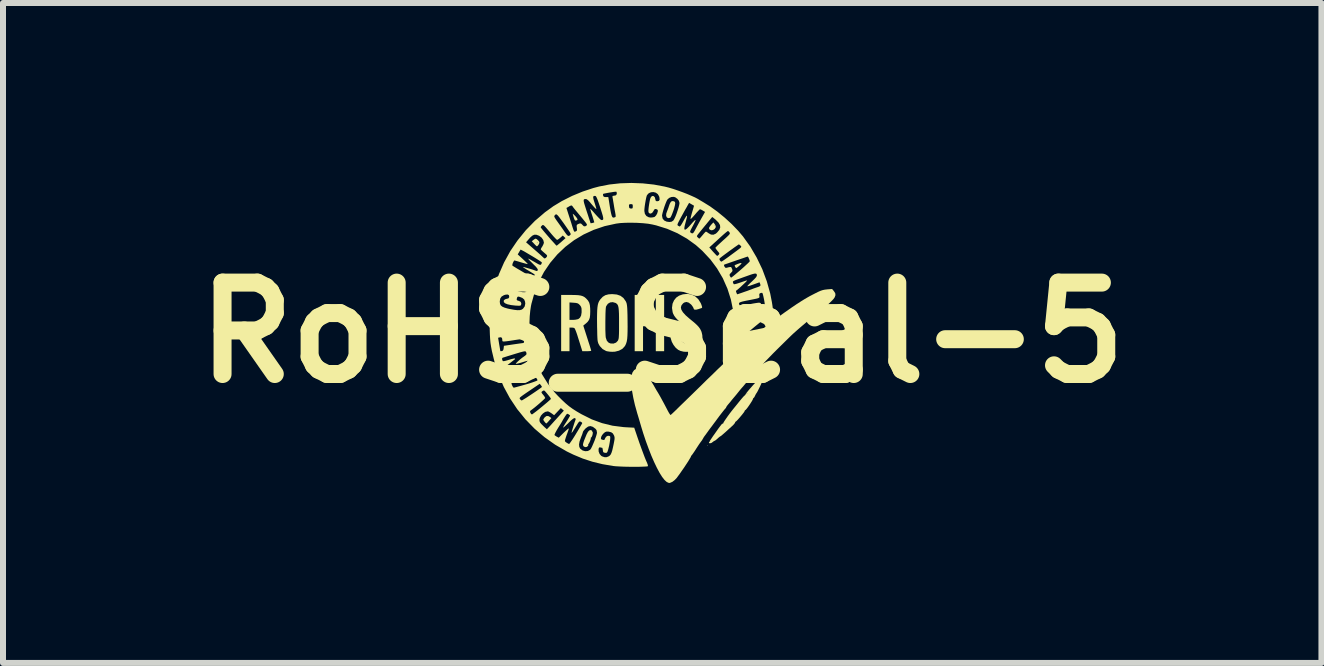
<source format=kicad_pcb>
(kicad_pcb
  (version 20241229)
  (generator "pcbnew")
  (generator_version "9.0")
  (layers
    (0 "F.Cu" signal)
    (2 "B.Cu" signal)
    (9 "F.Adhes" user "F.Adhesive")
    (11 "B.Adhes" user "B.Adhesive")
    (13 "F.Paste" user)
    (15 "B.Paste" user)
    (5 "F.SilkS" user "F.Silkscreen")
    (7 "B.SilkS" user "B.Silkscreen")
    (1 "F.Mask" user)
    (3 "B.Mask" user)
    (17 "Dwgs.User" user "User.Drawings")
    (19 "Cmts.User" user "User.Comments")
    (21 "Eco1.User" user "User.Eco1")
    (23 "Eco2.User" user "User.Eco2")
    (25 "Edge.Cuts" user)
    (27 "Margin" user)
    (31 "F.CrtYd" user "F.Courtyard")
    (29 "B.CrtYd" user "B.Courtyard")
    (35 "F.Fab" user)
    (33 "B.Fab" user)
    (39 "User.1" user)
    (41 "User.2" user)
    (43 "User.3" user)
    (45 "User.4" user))
  (footprint "RoHS_Seal-5"
    (layer "F.Cu")
    (at 7.99 2.496)
    (property "Reference" "RoHS_Seal-5" (at 0 0 0) (layer "F.SilkS") (effects (font (size 1.524 1.524) (thickness 0.3))))
    (attr board_only exclude_from_pos_files exclude_from_bom)
    (fp_poly (pts (xy -2.378 0.826) (xy -2.383 0.832) (xy -2.389 0.826) (xy -2.383 0.821)) (stroke (width 0) (type solid)) (fill yes) (layer "F.SilkS"))
    (fp_poly (pts (xy 0.757 1.882) (xy 0.752 1.887) (xy 0.746 1.882) (xy 0.752 1.877)) (stroke (width 0) (type solid)) (fill yes) (layer "F.SilkS"))
    (fp_poly (pts (xy -2.269 0.754) (xy -2.261 0.769) (xy -2.261 0.772) (xy -2.27 0.787) (xy -2.294 0.8) (xy -2.325 0.809) (xy -2.343 0.81) (xy -2.363 0.81) (xy -2.363 0.804) (xy -2.35 0.791) (xy -2.317 0.765) (xy -2.289 0.752)) (stroke (width 0) (type solid)) (fill yes) (layer "F.SilkS"))
    (fp_poly (pts (xy -1.484 -1.977) (xy -1.472 -1.967) (xy -1.448 -1.943) (xy -1.426 -1.916) (xy -1.413 -1.894) (xy -1.413 -1.882) (xy -1.419 -1.876) (xy -1.442 -1.867) (xy -1.458 -1.876) (xy -1.47 -1.904) (xy -1.472 -1.909) (xy -1.481 -1.941) (xy -1.488 -1.967) (xy -1.49 -1.971) (xy -1.492 -1.981)) (stroke (width 0) (type solid)) (fill yes) (layer "F.SilkS"))
    (fp_poly (pts (xy 1.322 -1.155) (xy 1.307 -1.136) (xy 1.29 -1.12) (xy 1.263 -1.097) (xy 1.243 -1.082) (xy 1.235 -1.077) (xy 1.224 -1.085) (xy 1.215 -1.099) (xy 1.208 -1.113) (xy 1.208 -1.122) (xy 1.219 -1.13) (xy 1.245 -1.14) (xy 1.256 -1.145) (xy 1.296 -1.159) (xy 1.318 -1.162)) (stroke (width 0) (type solid)) (fill yes) (layer "F.SilkS"))
    (fp_poly (pts (xy -1.872 1.405) (xy -1.848 1.424) (xy -1.888 1.469) (xy -1.91 1.494) (xy -1.927 1.51) (xy -1.933 1.514) (xy -1.943 1.507) (xy -1.959 1.488) (xy -1.961 1.486) (xy -1.976 1.465) (xy -1.983 1.451) (xy -1.983 1.45) (xy -1.977 1.437) (xy -1.963 1.416) (xy -1.961 1.414) (xy -1.933 1.391) (xy -1.902 1.389)) (stroke (width 0) (type solid)) (fill yes) (layer "F.SilkS"))
    (fp_poly (pts (xy 0.873 -1.812) (xy 0.892 -1.782) (xy 0.891 -1.755) (xy 0.874 -1.729) (xy 0.846 -1.711) (xy 0.816 -1.707) (xy 0.791 -1.719) (xy 0.781 -1.735) (xy 0.782 -1.752) (xy 0.798 -1.776) (xy 0.806 -1.786) (xy 0.874 -1.786) (xy 0.88 -1.781) (xy 0.885 -1.786) (xy 0.88 -1.791) (xy 0.874 -1.786) (xy 0.806 -1.786) (xy 0.815 -1.797) (xy 0.852 -1.838)) (stroke (width 0) (type solid)) (fill yes) (layer "F.SilkS"))
    (fp_poly (pts (xy -2.093 -1.56) (xy -2.071 -1.541) (xy -2.053 -1.519) (xy -2.047 -1.503) (xy -2.053 -1.483) (xy -2.066 -1.46) (xy -2.082 -1.443) (xy -2.09 -1.44) (xy -2.1 -1.447) (xy -2.119 -1.465) (xy -2.135 -1.482) (xy -2.15 -1.498) (xy -2.09 -1.498) (xy -2.085 -1.493) (xy -2.079 -1.498) (xy -2.085 -1.504) (xy -2.09 -1.498) (xy -2.15 -1.498) (xy -2.175 -1.524) (xy -2.147 -1.546) (xy -2.126 -1.561) (xy -2.112 -1.567) (xy -2.111 -1.568)) (stroke (width 0) (type solid)) (fill yes) (layer "F.SilkS"))
    (fp_poly (pts (xy -0.32 -0.438) (xy -0.32 -0.369) (xy -0.319 -0.318) (xy -0.317 -0.283) (xy -0.314 -0.26) (xy -0.31 -0.248) (xy -0.304 -0.242) (xy -0.303 -0.241) (xy -0.285 -0.238) (xy -0.252 -0.236) (xy -0.21 -0.235) (xy -0.196 -0.235) (xy -0.107 -0.235) (xy -0.107 -0.629) (xy 0.032 -0.629) (xy 0.032 0.309) (xy -0.107 0.309) (xy -0.107 -0.107) (xy -0.32 -0.107) (xy -0.32 0.309) (xy -0.459 0.309) (xy -0.459 -0.629) (xy -0.32 -0.629)) (stroke (width 0) (type solid)) (fill yes) (layer "F.SilkS"))
    (fp_poly (pts (xy 0.2 -2.189) (xy 0.213 -2.177) (xy 0.217 -2.155) (xy 0.211 -2.12) (xy 0.198 -2.07) (xy 0.187 -2.037) (xy 0.169 -1.988) (xy 0.153 -1.949) (xy 0.139 -1.923) (xy 0.132 -1.915) (xy 0.1 -1.909) (xy 0.077 -1.921) (xy 0.077 -1.922) (xy 0.065 -1.947) (xy 0.067 -1.984) (xy 0.079 -2.019) (xy 0.092 -2.052) (xy 0.106 -2.09) (xy 0.107 -2.095) (xy 0.124 -2.144) (xy 0.14 -2.175) (xy 0.157 -2.191) (xy 0.177 -2.194)) (stroke (width 0) (type solid)) (fill yes) (layer "F.SilkS"))
    (fp_poly (pts (xy -2.474 -0.887) (xy -2.424 -0.872) (xy -2.399 -0.863) (xy -2.345 -0.843) (xy -2.309 -0.828) (xy -2.286 -0.815) (xy -2.276 -0.802) (xy -2.274 -0.786) (xy -2.276 -0.77) (xy -2.288 -0.744) (xy -2.311 -0.736) (xy -2.346 -0.743) (xy -2.366 -0.751) (xy -2.395 -0.763) (xy -2.399 -0.765) (xy -2.44 -0.782) (xy -2.467 -0.793) (xy -2.487 -0.8) (xy -2.507 -0.807) (xy -2.511 -0.808) (xy -2.533 -0.818) (xy -2.542 -0.835) (xy -2.543 -0.854) (xy -2.542 -0.86) (xy -2.502 -0.86) (xy -2.501 -0.854) (xy -2.495 -0.853) (xy -2.486 -0.857) (xy -2.488 -0.86) (xy -2.501 -0.861) (xy -2.502 -0.86) (xy -2.542 -0.86) (xy -2.54 -0.877) (xy -2.529 -0.89) (xy -2.508 -0.893)) (stroke (width 0) (type solid)) (fill yes) (layer "F.SilkS"))
    (fp_poly (pts (xy -1.185 1.626) (xy -1.169 1.635) (xy -1.168 1.642) (xy -1.165 1.653) (xy -1.161 1.655) (xy -1.157 1.666) (xy -1.159 1.689) (xy -1.166 1.716) (xy -1.176 1.738) (xy -1.186 1.749) (xy -1.187 1.749) (xy -1.193 1.753) (xy -1.191 1.755) (xy -1.191 1.768) (xy -1.198 1.793) (xy -1.209 1.821) (xy -1.221 1.845) (xy -1.231 1.858) (xy -1.236 1.865) (xy -1.234 1.866) (xy -1.232 1.874) (xy -1.237 1.887) (xy -1.256 1.904) (xy -1.284 1.908) (xy -1.308 1.897) (xy -1.309 1.896) (xy -1.318 1.883) (xy -1.321 1.865) (xy -1.316 1.84) (xy -1.304 1.802) (xy -1.284 1.752) (xy -1.26 1.694) (xy -1.239 1.655) (xy -1.219 1.632) (xy -1.2 1.624)) (stroke (width 0) (type solid)) (fill yes) (layer "F.SilkS"))
    (fp_poly (pts (xy -1.456 -0.628) (xy -1.399 -0.625) (xy -1.355 -0.618) (xy -1.321 -0.607) (xy -1.293 -0.591) (xy -1.266 -0.568) (xy -1.266 -0.567) (xy -1.237 -0.535) (xy -1.217 -0.5) (xy -1.206 -0.458) (xy -1.201 -0.403) (xy -1.2 -0.357) (xy -1.202 -0.294) (xy -1.208 -0.248) (xy -1.221 -0.212) (xy -1.243 -0.181) (xy -1.275 -0.151) (xy -1.276 -0.151) (xy -1.316 -0.118) (xy -1.25 0.088) (xy -1.23 0.151) (xy -1.212 0.206) (xy -1.198 0.252) (xy -1.188 0.285) (xy -1.184 0.3) (xy -1.184 0.301) (xy -1.193 0.305) (xy -1.219 0.308) (xy -1.255 0.309) (xy -1.258 0.309) (xy -1.332 0.309) (xy -1.376 0.168) (xy -1.401 0.089) (xy -1.42 0.028) (xy -1.436 -0.017) (xy -1.448 -0.047) (xy -1.457 -0.067) (xy -1.465 -0.076) (xy -1.466 -0.077) (xy -1.484 -0.083) (xy -1.511 -0.085) (xy -1.512 -0.085) (xy -1.546 -0.085) (xy -1.546 0.309) (xy -1.685 0.309) (xy -1.685 -0.504) (xy -1.546 -0.504) (xy -1.546 -0.213) (xy -1.487 -0.213) (xy -1.448 -0.216) (xy -1.413 -0.223) (xy -1.398 -0.228) (xy -1.37 -0.251) (xy -1.352 -0.287) (xy -1.344 -0.337) (xy -1.344 -0.363) (xy -1.345 -0.402) (xy -1.352 -0.428) (xy -1.365 -0.45) (xy -1.374 -0.46) (xy -1.393 -0.479) (xy -1.413 -0.49) (xy -1.44 -0.496) (xy -1.475 -0.499) (xy -1.546 -0.504) (xy -1.685 -0.504) (xy -1.685 -0.629) (xy -1.53 -0.629)) (stroke (width 0) (type solid)) (fill yes) (layer "F.SilkS"))
    (fp_poly (pts (xy 0.488 -0.635) (xy 0.55 -0.605) (xy 0.602 -0.557) (xy 0.642 -0.493) (xy 0.655 -0.461) (xy 0.664 -0.432) (xy 0.665 -0.418) (xy 0.658 -0.411) (xy 0.653 -0.409) (xy 0.628 -0.401) (xy 0.608 -0.394) (xy 0.566 -0.383) (xy 0.539 -0.383) (xy 0.526 -0.395) (xy 0.524 -0.403) (xy 0.515 -0.424) (xy 0.496 -0.452) (xy 0.481 -0.47) (xy 0.441 -0.501) (xy 0.403 -0.512) (xy 0.366 -0.502) (xy 0.347 -0.488) (xy 0.321 -0.456) (xy 0.311 -0.421) (xy 0.319 -0.383) (xy 0.345 -0.34) (xy 0.39 -0.29) (xy 0.454 -0.234) (xy 0.471 -0.22) (xy 0.531 -0.171) (xy 0.575 -0.131) (xy 0.608 -0.096) (xy 0.631 -0.064) (xy 0.648 -0.031) (xy 0.656 -0.011) (xy 0.668 0.041) (xy 0.671 0.098) (xy 0.666 0.151) (xy 0.655 0.187) (xy 0.627 0.229) (xy 0.588 0.267) (xy 0.544 0.297) (xy 0.515 0.308) (xy 0.484 0.314) (xy 0.444 0.318) (xy 0.401 0.319) (xy 0.366 0.318) (xy 0.347 0.315) (xy 0.329 0.31) (xy 0.306 0.305) (xy 0.266 0.286) (xy 0.225 0.252) (xy 0.189 0.206) (xy 0.16 0.153) (xy 0.143 0.099) (xy 0.142 0.094) (xy 0.136 0.056) (xy 0.195 0.038) (xy 0.236 0.027) (xy 0.26 0.023) (xy 0.273 0.025) (xy 0.277 0.036) (xy 0.277 0.044) (xy 0.285 0.077) (xy 0.306 0.115) (xy 0.333 0.149) (xy 0.363 0.173) (xy 0.366 0.175) (xy 0.412 0.187) (xy 0.453 0.181) (xy 0.487 0.161) (xy 0.511 0.13) (xy 0.524 0.091) (xy 0.522 0.048) (xy 0.502 0.004) (xy 0.498 -0.001) (xy 0.481 -0.02) (xy 0.452 -0.048) (xy 0.414 -0.081) (xy 0.379 -0.109) (xy 0.314 -0.163) (xy 0.263 -0.208) (xy 0.226 -0.247) (xy 0.2 -0.282) (xy 0.182 -0.317) (xy 0.174 -0.34) (xy 0.163 -0.413) (xy 0.172 -0.483) (xy 0.197 -0.539) (xy 0.233 -0.584) (xy 0.281 -0.617) (xy 0.345 -0.639) (xy 0.419 -0.647)) (stroke (width 0) (type solid)) (fill yes) (layer "F.SilkS"))
    (fp_poly (pts (xy -0.757 -0.636) (xy -0.696 -0.615) (xy -0.647 -0.578) (xy -0.609 -0.525) (xy -0.6 -0.506) (xy -0.594 -0.49) (xy -0.59 -0.47) (xy -0.586 -0.443) (xy -0.583 -0.406) (xy -0.581 -0.356) (xy -0.579 -0.292) (xy -0.578 -0.209) (xy -0.578 -0.201) (xy -0.577 -0.1) (xy -0.578 -0.017) (xy -0.58 0.049) (xy -0.584 0.103) (xy -0.591 0.145) (xy -0.601 0.179) (xy -0.613 0.207) (xy -0.625 0.227) (xy -0.665 0.27) (xy -0.721 0.3) (xy -0.788 0.317) (xy -0.832 0.319) (xy -0.874 0.317) (xy -0.913 0.311) (xy -0.935 0.306) (xy -0.994 0.273) (xy -1.041 0.223) (xy -1.058 0.193) (xy -1.066 0.177) (xy -1.071 0.16) (xy -1.076 0.141) (xy -1.079 0.115) (xy -1.081 0.08) (xy -1.083 0.033) (xy -1.084 -0.029) (xy -1.086 -0.109) (xy -1.086 -0.115) (xy -0.948 -0.115) (xy -0.948 -0.05) (xy -0.946 0.007) (xy -0.944 0.053) (xy -0.941 0.083) (xy -0.94 0.085) (xy -0.923 0.135) (xy -0.893 0.167) (xy -0.862 0.18) (xy -0.813 0.182) (xy -0.77 0.166) (xy -0.74 0.135) (xy -0.734 0.122) (xy -0.729 0.108) (xy -0.725 0.088) (xy -0.723 0.059) (xy -0.721 0.02) (xy -0.72 -0.033) (xy -0.72 -0.103) (xy -0.72 -0.155) (xy -0.72 -0.245) (xy -0.721 -0.317) (xy -0.724 -0.373) (xy -0.728 -0.414) (xy -0.735 -0.445) (xy -0.744 -0.466) (xy -0.757 -0.481) (xy -0.773 -0.493) (xy -0.779 -0.496) (xy -0.825 -0.509) (xy -0.869 -0.504) (xy -0.906 -0.482) (xy -0.932 -0.445) (xy -0.938 -0.43) (xy -0.941 -0.407) (xy -0.944 -0.366) (xy -0.946 -0.313) (xy -0.947 -0.25) (xy -0.948 -0.183) (xy -0.948 -0.115) (xy -1.086 -0.115) (xy -1.086 -0.125) (xy -1.087 -0.225) (xy -1.086 -0.306) (xy -1.084 -0.371) (xy -1.08 -0.422) (xy -1.074 -0.463) (xy -1.065 -0.496) (xy -1.053 -0.523) (xy -1.037 -0.548) (xy -1.031 -0.556) (xy -0.992 -0.598) (xy -0.948 -0.625) (xy -0.895 -0.639) (xy -0.834 -0.643)) (stroke (width 0) (type solid)) (fill yes) (layer "F.SilkS"))
    (fp_poly (pts (xy 1.732 0.648) (xy 1.728 0.664) (xy 1.717 0.681) (xy 1.708 0.685) (xy 1.702 0.692) (xy 1.703 0.704) (xy 1.703 0.728) (xy 1.698 0.738) (xy 1.688 0.757) (xy 1.677 0.786) (xy 1.674 0.794) (xy 1.664 0.821) (xy 1.648 0.858) (xy 1.629 0.899) (xy 1.609 0.94) (xy 1.591 0.976) (xy 1.576 1.002) (xy 1.568 1.013) (xy 1.56 1.026) (xy 1.548 1.05) (xy 1.547 1.053) (xy 1.535 1.076) (xy 1.525 1.087) (xy 1.524 1.088) (xy 1.515 1.096) (xy 1.514 1.101) (xy 1.509 1.116) (xy 1.494 1.143) (xy 1.473 1.176) (xy 1.449 1.212) (xy 1.425 1.246) (xy 1.404 1.273) (xy 1.39 1.288) (xy 1.386 1.29) (xy 1.376 1.299) (xy 1.375 1.304) (xy 1.369 1.317) (xy 1.352 1.341) (xy 1.327 1.372) (xy 1.299 1.406) (xy 1.271 1.438) (xy 1.247 1.464) (xy 1.23 1.48) (xy 1.225 1.482) (xy 1.216 1.491) (xy 1.216 1.497) (xy 1.208 1.511) (xy 1.189 1.534) (xy 1.164 1.558) (xy 1.102 1.614) (xy 1.054 1.658) (xy 1.018 1.689) (xy 0.994 1.71) (xy 0.978 1.723) (xy 0.97 1.727) (xy 0.97 1.727) (xy 0.959 1.734) (xy 0.938 1.751) (xy 0.923 1.765) (xy 0.899 1.786) (xy 0.88 1.8) (xy 0.874 1.802) (xy 0.86 1.809) (xy 0.842 1.823) (xy 0.821 1.838) (xy 0.799 1.844) (xy 0.783 1.842) (xy 0.778 1.834) (xy 0.784 1.821) (xy 0.786 1.818) (xy 0.789 1.818) (xy 0.794 1.823) (xy 0.8 1.818) (xy 0.794 1.813) (xy 0.789 1.818) (xy 0.786 1.818) (xy 0.8 1.795) (xy 0.824 1.759) (xy 0.852 1.717) (xy 0.854 1.715) (xy 0.9 1.65) (xy 0.935 1.6) (xy 0.962 1.564) (xy 0.981 1.539) (xy 0.994 1.524) (xy 1.004 1.517) (xy 1.011 1.515) (xy 1.02 1.509) (xy 1.019 1.505) (xy 1.024 1.494) (xy 1.039 1.47) (xy 1.062 1.436) (xy 1.09 1.396) (xy 1.122 1.352) (xy 1.155 1.309) (xy 1.186 1.27) (xy 1.212 1.238) (xy 1.213 1.237) (xy 1.225 1.222) (xy 1.247 1.195) (xy 1.275 1.16) (xy 1.297 1.133) (xy 1.327 1.097) (xy 1.352 1.068) (xy 1.37 1.05) (xy 1.377 1.045) (xy 1.386 1.037) (xy 1.386 1.034) (xy 1.393 1.021) (xy 1.395 1.018) (xy 1.408 1.018) (xy 1.413 1.024) (xy 1.418 1.018) (xy 1.413 1.013) (xy 1.408 1.018) (xy 1.395 1.018) (xy 1.411 0.996) (xy 1.438 0.963) (xy 1.472 0.923) (xy 1.509 0.881) (xy 1.547 0.839) (xy 1.583 0.8) (xy 1.614 0.767) (xy 1.639 0.744) (xy 1.653 0.733) (xy 1.656 0.732) (xy 1.662 0.733) (xy 1.66 0.729) (xy 1.663 0.715) (xy 1.676 0.694) (xy 1.694 0.67) (xy 1.712 0.649) (xy 1.727 0.64) (xy 1.728 0.64)) (stroke (width 0) (type solid)) (fill yes) (layer "F.SilkS"))
    (fp_poly (pts (xy 2.861 -0.694) (xy 2.884 -0.659) (xy 2.888 -0.626) (xy 2.875 -0.589) (xy 2.875 -0.589) (xy 2.855 -0.561) (xy 2.82 -0.524) (xy 2.774 -0.48) (xy 2.719 -0.431) (xy 2.658 -0.38) (xy 2.593 -0.33) (xy 2.586 -0.325) (xy 2.549 -0.298) (xy 2.515 -0.27) (xy 2.476 -0.237) (xy 2.454 -0.217) (xy 2.428 -0.195) (xy 2.392 -0.164) (xy 2.352 -0.13) (xy 2.335 -0.116) (xy 2.293 -0.08) (xy 2.255 -0.047) (xy 2.219 -0.015) (xy 2.182 0.018) (xy 2.143 0.055) (xy 2.098 0.099) (xy 2.046 0.15) (xy 1.983 0.212) (xy 1.914 0.28) (xy 1.849 0.345) (xy 1.784 0.412) (xy 1.72 0.478) (xy 1.663 0.539) (xy 1.613 0.591) (xy 1.576 0.633) (xy 1.573 0.637) (xy 1.534 0.682) (xy 1.497 0.723) (xy 1.468 0.758) (xy 1.447 0.781) (xy 1.442 0.787) (xy 1.422 0.81) (xy 1.395 0.841) (xy 1.373 0.867) (xy 1.348 0.897) (xy 1.327 0.92) (xy 1.317 0.932) (xy 1.305 0.946) (xy 1.285 0.971) (xy 1.264 0.997) (xy 1.24 1.027) (xy 1.22 1.051) (xy 1.211 1.062) (xy 1.198 1.077) (xy 1.177 1.102) (xy 1.162 1.12) (xy 1.135 1.154) (xy 1.107 1.187) (xy 1.096 1.2) (xy 1.077 1.224) (xy 1.067 1.242) (xy 1.066 1.245) (xy 1.059 1.259) (xy 1.057 1.26) (xy 1.047 1.27) (xy 1.025 1.297) (xy 0.992 1.339) (xy 0.948 1.396) (xy 0.895 1.468) (xy 0.845 1.535) (xy 0.826 1.561) (xy 0.803 1.591) (xy 0.8 1.595) (xy 0.775 1.629) (xy 0.75 1.664) (xy 0.746 1.669) (xy 0.727 1.696) (xy 0.711 1.717) (xy 0.708 1.721) (xy 0.695 1.739) (xy 0.68 1.765) (xy 0.679 1.767) (xy 0.663 1.794) (xy 0.648 1.814) (xy 0.648 1.814) (xy 0.637 1.829) (xy 0.617 1.857) (xy 0.592 1.895) (xy 0.566 1.935) (xy 0.539 1.977) (xy 0.515 2.012) (xy 0.498 2.036) (xy 0.489 2.046) (xy 0.48 2.058) (xy 0.48 2.062) (xy 0.474 2.076) (xy 0.457 2.105) (xy 0.433 2.145) (xy 0.402 2.192) (xy 0.368 2.244) (xy 0.331 2.297) (xy 0.295 2.349) (xy 0.261 2.395) (xy 0.243 2.42) (xy 0.208 2.457) (xy 0.169 2.487) (xy 0.132 2.503) (xy 0.116 2.506) (xy 0.097 2.5) (xy 0.073 2.487) (xy 0.071 2.486) (xy 0.037 2.454) (xy -0.002 2.404) (xy -0.044 2.337) (xy -0.088 2.255) (xy -0.134 2.159) (xy -0.181 2.051) (xy -0.227 1.933) (xy -0.273 1.808) (xy -0.317 1.676) (xy -0.347 1.578) (xy -0.366 1.514) (xy -0.385 1.448) (xy -0.403 1.388) (xy -0.418 1.339) (xy -0.42 1.331) (xy -0.455 1.206) (xy -0.482 1.087) (xy -0.502 0.977) (xy -0.515 0.878) (xy -0.518 0.793) (xy -0.514 0.725) (xy -0.513 0.717) (xy -0.495 0.662) (xy -0.468 0.624) (xy -0.432 0.602) (xy -0.391 0.6) (xy -0.353 0.613) (xy -0.319 0.637) (xy -0.279 0.679) (xy -0.235 0.734) (xy -0.19 0.801) (xy -0.144 0.875) (xy -0.128 0.904) (xy -0.114 0.928) (xy -0.094 0.963) (xy -0.073 0.997) (xy -0.053 1.031) (xy -0.03 1.071) (xy -0.004 1.119) (xy 0.028 1.178) (xy 0.067 1.252) (xy 0.094 1.304) (xy 0.113 1.338) (xy 0.129 1.362) (xy 0.139 1.373) (xy 0.14 1.373) (xy 0.149 1.365) (xy 0.172 1.344) (xy 0.207 1.311) (xy 0.252 1.267) (xy 0.307 1.213) (xy 0.37 1.152) (xy 0.439 1.085) (xy 0.513 1.013) (xy 0.525 1.001) (xy 0.641 0.888) (xy 0.743 0.787) (xy 0.834 0.7) (xy 0.913 0.622) (xy 0.983 0.555) (xy 1.045 0.495) (xy 1.101 0.442) (xy 1.152 0.395) (xy 1.198 0.351) (xy 1.216 0.335) (xy 1.282 0.274) (xy 1.335 0.226) (xy 1.377 0.188) (xy 1.41 0.158) (xy 1.437 0.135) (xy 1.46 0.115) (xy 1.481 0.097) (xy 1.503 0.08) (xy 1.504 0.079) (xy 1.546 0.045) (xy 1.595 0.006) (xy 1.639 -0.031) (xy 1.641 -0.033) (xy 1.685 -0.069) (xy 1.736 -0.11) (xy 1.798 -0.158) (xy 1.873 -0.215) (xy 1.914 -0.245) (xy 1.948 -0.271) (xy 1.995 -0.304) (xy 2.049 -0.343) (xy 2.105 -0.382) (xy 2.159 -0.42) (xy 2.207 -0.452) (xy 2.243 -0.477) (xy 2.25 -0.481) (xy 2.315 -0.523) (xy 2.368 -0.556) (xy 2.414 -0.583) (xy 2.458 -0.608) (xy 2.506 -0.633) (xy 2.547 -0.654) (xy 2.601 -0.681) (xy 2.642 -0.699) (xy 2.676 -0.71) (xy 2.709 -0.717) (xy 2.745 -0.721) (xy 2.751 -0.722) (xy 2.832 -0.728)) (stroke (width 0) (type solid)) (fill yes) (layer "F.SilkS"))
    (fp_poly (pts (xy -0.325 -2.489) (xy -0.139 -2.469) (xy 0.038 -2.436) (xy 0.107 -2.419) (xy 0.178 -2.398) (xy 0.255 -2.372) (xy 0.336 -2.343) (xy 0.414 -2.313) (xy 0.486 -2.282) (xy 0.548 -2.254) (xy 0.595 -2.229) (xy 0.605 -2.223) (xy 0.628 -2.209) (xy 0.66 -2.19) (xy 0.679 -2.179) (xy 0.797 -2.106) (xy 0.919 -2.018) (xy 1.041 -1.918) (xy 1.158 -1.811) (xy 1.266 -1.699) (xy 1.346 -1.605) (xy 1.468 -1.435) (xy 1.575 -1.252) (xy 1.668 -1.059) (xy 1.743 -0.858) (xy 1.8 -0.655) (xy 1.828 -0.512) (xy 1.838 -0.448) (xy 1.844 -0.401) (xy 1.844 -0.368) (xy 1.839 -0.344) (xy 1.828 -0.326) (xy 1.81 -0.309) (xy 1.794 -0.298) (xy 1.747 -0.263) (xy 1.688 -0.217) (xy 1.619 -0.162) (xy 1.544 -0.101) (xy 1.467 -0.037) (xy 1.39 0.028) (xy 1.317 0.09) (xy 1.251 0.147) (xy 1.216 0.179) (xy 1.193 0.199) (xy 1.176 0.211) (xy 1.172 0.213) (xy 1.171 0.204) (xy 1.173 0.177) (xy 1.178 0.14) (xy 1.181 0.12) (xy 1.188 0.056) (xy 1.193 -0.021) (xy 1.195 -0.106) (xy 1.194 -0.192) (xy 1.192 -0.271) (xy 1.186 -0.339) (xy 1.184 -0.36) (xy 1.158 -0.487) (xy 1.279 -0.487) (xy 1.283 -0.471) (xy 1.29 -0.459) (xy 1.296 -0.453) (xy 1.309 -0.451) (xy 1.331 -0.452) (xy 1.365 -0.457) (xy 1.416 -0.466) (xy 1.447 -0.472) (xy 1.515 -0.486) (xy 1.565 -0.494) (xy 1.6 -0.499) (xy 1.623 -0.499) (xy 1.637 -0.495) (xy 1.644 -0.487) (xy 1.648 -0.474) (xy 1.649 -0.469) (xy 1.657 -0.446) (xy 1.671 -0.439) (xy 1.684 -0.439) (xy 1.702 -0.444) (xy 1.709 -0.457) (xy 1.709 -0.48) (xy 1.705 -0.509) (xy 1.698 -0.551) (xy 1.689 -0.593) (xy 1.68 -0.632) (xy 1.673 -0.655) (xy 1.665 -0.664) (xy 1.654 -0.664) (xy 1.644 -0.662) (xy 1.625 -0.654) (xy 1.618 -0.639) (xy 1.619 -0.616) (xy 1.621 -0.603) (xy 1.621 -0.593) (xy 1.618 -0.585) (xy 1.608 -0.579) (xy 1.59 -0.572) (xy 1.561 -0.565) (xy 1.517 -0.556) (xy 1.458 -0.544) (xy 1.4 -0.533) (xy 1.344 -0.521) (xy 1.307 -0.51) (xy 1.286 -0.5) (xy 1.279 -0.487) (xy 1.158 -0.487) (xy 1.145 -0.552) (xy 1.087 -0.734) (xy 1.036 -0.849) (xy 1.178 -0.849) (xy 1.179 -0.839) (xy 1.179 -0.838) (xy 1.188 -0.816) (xy 1.194 -0.808) (xy 1.206 -0.808) (xy 1.234 -0.814) (xy 1.273 -0.826) (xy 1.306 -0.837) (xy 1.349 -0.852) (xy 1.385 -0.864) (xy 1.408 -0.87) (xy 1.415 -0.87) (xy 1.41 -0.862) (xy 1.392 -0.843) (xy 1.365 -0.817) (xy 1.333 -0.787) (xy 1.3 -0.756) (xy 1.269 -0.729) (xy 1.244 -0.708) (xy 1.229 -0.698) (xy 1.23 -0.688) (xy 1.236 -0.669) (xy 1.244 -0.65) (xy 1.25 -0.64) (xy 1.251 -0.64) (xy 1.262 -0.643) (xy 1.288 -0.652) (xy 1.327 -0.665) (xy 1.372 -0.681) (xy 1.419 -0.697) (xy 1.459 -0.712) (xy 1.487 -0.722) (xy 1.499 -0.727) (xy 1.514 -0.733) (xy 1.542 -0.743) (xy 1.568 -0.752) (xy 1.607 -0.765) (xy 1.629 -0.776) (xy 1.638 -0.787) (xy 1.636 -0.803) (xy 1.633 -0.813) (xy 1.622 -0.84) (xy 1.55 -0.814) (xy 1.494 -0.794) (xy 1.456 -0.781) (xy 1.432 -0.775) (xy 1.421 -0.773) (xy 1.418 -0.776) (xy 1.426 -0.785) (xy 1.445 -0.806) (xy 1.474 -0.834) (xy 1.498 -0.856) (xy 1.539 -0.896) (xy 1.565 -0.925) (xy 1.577 -0.947) (xy 1.578 -0.956) (xy 1.575 -0.976) (xy 1.563 -0.985) (xy 1.539 -0.985) (xy 1.5 -0.975) (xy 1.47 -0.965) (xy 1.425 -0.949) (xy 1.368 -0.929) (xy 1.31 -0.908) (xy 1.282 -0.898) (xy 1.234 -0.881) (xy 1.203 -0.868) (xy 1.185 -0.859) (xy 1.178 -0.849) (xy 1.036 -0.849) (xy 1.01 -0.908) (xy 0.914 -1.071) (xy 0.872 -1.128) (xy 1.029 -1.128) (xy 1.034 -1.11) (xy 1.037 -1.103) (xy 1.051 -1.083) (xy 1.07 -1.081) (xy 1.071 -1.081) (xy 1.11 -1.091) (xy 1.134 -1.095) (xy 1.147 -1.093) (xy 1.155 -1.084) (xy 1.16 -1.072) (xy 1.171 -1.044) (xy 1.169 -1.024) (xy 1.152 -1.004) (xy 1.145 -0.996) (xy 1.126 -0.977) (xy 1.123 -0.96) (xy 1.128 -0.944) (xy 1.14 -0.924) (xy 1.149 -0.917) (xy 1.159 -0.924) (xy 1.183 -0.942) (xy 1.217 -0.97) (xy 1.259 -1.006) (xy 1.306 -1.046) (xy 1.354 -1.088) (xy 1.395 -1.126) (xy 1.429 -1.157) (xy 1.451 -1.179) (xy 1.459 -1.19) (xy 1.457 -1.205) (xy 1.448 -1.229) (xy 1.438 -1.252) (xy 1.428 -1.267) (xy 1.425 -1.269) (xy 1.415 -1.266) (xy 1.388 -1.257) (xy 1.349 -1.243) (xy 1.301 -1.227) (xy 1.248 -1.209) (xy 1.193 -1.19) (xy 1.141 -1.172) (xy 1.096 -1.156) (xy 1.06 -1.144) (xy 1.038 -1.136) (xy 1.037 -1.136) (xy 1.029 -1.128) (xy 0.872 -1.128) (xy 0.801 -1.223) (xy 0.795 -1.229) (xy 0.953 -1.229) (xy 0.958 -1.212) (xy 0.961 -1.206) (xy 0.976 -1.189) (xy 0.986 -1.184) (xy 0.998 -1.19) (xy 1.024 -1.207) (xy 1.06 -1.232) (xy 1.105 -1.264) (xy 1.141 -1.291) (xy 1.202 -1.336) (xy 1.248 -1.37) (xy 1.281 -1.395) (xy 1.302 -1.412) (xy 1.314 -1.424) (xy 1.318 -1.433) (xy 1.316 -1.439) (xy 1.31 -1.446) (xy 1.306 -1.451) (xy 1.288 -1.466) (xy 1.278 -1.472) (xy 1.267 -1.466) (xy 1.243 -1.449) (xy 1.208 -1.425) (xy 1.167 -1.395) (xy 1.122 -1.363) (xy 1.076 -1.329) (xy 1.034 -1.298) (xy 0.998 -1.271) (xy 0.972 -1.25) (xy 0.961 -1.242) (xy 0.953 -1.229) (xy 0.795 -1.229) (xy 0.669 -1.364) (xy 0.605 -1.421) (xy 0.785 -1.421) (xy 0.847 -1.35) (xy 0.876 -1.319) (xy 0.899 -1.294) (xy 0.914 -1.281) (xy 0.917 -1.28) (xy 0.929 -1.287) (xy 0.942 -1.299) (xy 0.951 -1.312) (xy 0.951 -1.324) (xy 0.94 -1.341) (xy 0.922 -1.362) (xy 0.902 -1.388) (xy 0.889 -1.408) (xy 0.886 -1.415) (xy 0.894 -1.424) (xy 0.915 -1.446) (xy 0.947 -1.476) (xy 0.986 -1.512) (xy 1.012 -1.536) (xy 1.059 -1.578) (xy 1.092 -1.609) (xy 1.113 -1.63) (xy 1.124 -1.645) (xy 1.128 -1.656) (xy 1.125 -1.666) (xy 1.122 -1.671) (xy 1.107 -1.689) (xy 1.096 -1.695) (xy 1.085 -1.689) (xy 1.061 -1.67) (xy 1.028 -1.642) (xy 0.989 -1.607) (xy 0.978 -1.597) (xy 0.934 -1.557) (xy 0.892 -1.518) (xy 0.855 -1.485) (xy 0.83 -1.461) (xy 0.828 -1.46) (xy 0.785 -1.421) (xy 0.605 -1.421) (xy 0.56 -1.461) (xy 0.413 -1.567) (xy 0.335 -1.611) (xy 0.579 -1.611) (xy 0.58 -1.603) (xy 0.586 -1.595) (xy 0.592 -1.589) (xy 0.609 -1.573) (xy 0.619 -1.568) (xy 0.628 -1.575) (xy 0.647 -1.596) (xy 0.671 -1.624) (xy 0.673 -1.626) (xy 0.697 -1.655) (xy 0.717 -1.676) (xy 0.728 -1.685) (xy 0.728 -1.685) (xy 0.742 -1.679) (xy 0.764 -1.664) (xy 0.772 -1.658) (xy 0.814 -1.635) (xy 0.854 -1.633) (xy 0.894 -1.651) (xy 0.917 -1.672) (xy 0.952 -1.714) (xy 0.967 -1.754) (xy 0.963 -1.794) (xy 0.939 -1.835) (xy 0.894 -1.88) (xy 0.882 -1.891) (xy 0.834 -1.929) (xy 0.788 -1.874) (xy 0.762 -1.843) (xy 0.741 -1.817) (xy 0.729 -1.802) (xy 0.716 -1.787) (xy 0.694 -1.76) (xy 0.667 -1.727) (xy 0.659 -1.717) (xy 0.623 -1.673) (xy 0.599 -1.643) (xy 0.585 -1.624) (xy 0.579 -1.611) (xy 0.335 -1.611) (xy 0.253 -1.658) (xy 0.081 -1.732) (xy -0.102 -1.789) (xy -0.154 -1.801) (xy 0.254 -1.801) (xy 0.256 -1.791) (xy 0.262 -1.785) (xy 0.263 -1.784) (xy 0.283 -1.773) (xy 0.293 -1.77) (xy 0.303 -1.779) (xy 0.32 -1.803) (xy 0.34 -1.837) (xy 0.35 -1.855) (xy 0.379 -1.907) (xy 0.399 -1.939) (xy 0.41 -1.951) (xy 0.414 -1.944) (xy 0.41 -1.917) (xy 0.398 -1.87) (xy 0.389 -1.837) (xy 0.374 -1.779) (xy 0.368 -1.74) (xy 0.372 -1.719) (xy 0.387 -1.718) (xy 0.411 -1.734) (xy 0.447 -1.769) (xy 0.47 -1.795) (xy 0.51 -1.841) (xy 0.538 -1.869) (xy 0.553 -1.88) (xy 0.556 -1.875) (xy 0.547 -1.852) (xy 0.527 -1.812) (xy 0.515 -1.789) (xy 0.49 -1.742) (xy 0.474 -1.711) (xy 0.466 -1.691) (xy 0.466 -1.678) (xy 0.471 -1.67) (xy 0.475 -1.667) (xy 0.494 -1.656) (xy 0.51 -1.657) (xy 0.525 -1.672) (xy 0.544 -1.704) (xy 0.549 -1.714) (xy 0.578 -1.768) (xy 0.613 -1.833) (xy 0.651 -1.902) (xy 0.688 -1.967) (xy 0.689 -1.969) (xy 0.714 -2.013) (xy 0.676 -2.036) (xy 0.651 -2.05) (xy 0.632 -2.057) (xy 0.629 -2.058) (xy 0.619 -2.05) (xy 0.599 -2.029) (xy 0.571 -1.999) (xy 0.548 -1.971) (xy 0.518 -1.937) (xy 0.494 -1.911) (xy 0.477 -1.897) (xy 0.472 -1.896) (xy 0.473 -1.91) (xy 0.48 -1.94) (xy 0.491 -1.981) (xy 0.5 -2.012) (xy 0.513 -2.055) (xy 0.523 -2.09) (xy 0.529 -2.112) (xy 0.53 -2.117) (xy 0.52 -2.122) (xy 0.499 -2.135) (xy 0.488 -2.141) (xy 0.448 -2.164) (xy 0.422 -2.119) (xy 0.408 -2.093) (xy 0.385 -2.054) (xy 0.358 -2.005) (xy 0.329 -1.952) (xy 0.32 -1.936) (xy 0.291 -1.882) (xy 0.271 -1.844) (xy 0.259 -1.818) (xy 0.254 -1.801) (xy -0.154 -1.801) (xy -0.162 -1.803) (xy -0.234 -1.816) (xy -0.321 -1.825) (xy -0.418 -1.831) (xy -0.517 -1.833) (xy -0.613 -1.832) (xy -0.701 -1.827) (xy -0.769 -1.818) (xy -0.96 -1.776) (xy -1.14 -1.715) (xy -1.31 -1.637) (xy -1.469 -1.542) (xy -1.615 -1.431) (xy -1.748 -1.305) (xy -1.867 -1.165) (xy -1.971 -1.012) (xy -2.058 -0.847) (xy -2.128 -0.67) (xy -2.18 -0.483) (xy -2.188 -0.445) (xy -2.2 -0.366) (xy -2.209 -0.273) (xy -2.213 -0.172) (xy -2.213 -0.069) (xy -2.209 0.029) (xy -2.201 0.116) (xy -2.193 0.165) (xy -2.147 0.351) (xy -2.083 0.529) (xy -2.002 0.697) (xy -1.905 0.853) (xy -1.793 0.996) (xy -1.739 1.054) (xy -1.67 1.123) (xy -1.61 1.179) (xy -1.554 1.226) (xy -1.496 1.268) (xy -1.431 1.31) (xy -1.354 1.355) (xy -1.341 1.362) (xy -1.173 1.446) (xy -1.003 1.508) (xy -0.828 1.551) (xy -0.646 1.574) (xy -0.604 1.577) (xy -0.467 1.584) (xy -0.411 1.749) (xy -0.381 1.836) (xy -0.35 1.922) (xy -0.32 2.003) (xy -0.293 2.075) (xy -0.269 2.134) (xy -0.25 2.176) (xy -0.25 2.178) (xy -0.24 2.205) (xy -0.238 2.223) (xy -0.239 2.226) (xy -0.253 2.23) (xy -0.285 2.232) (xy -0.332 2.234) (xy -0.389 2.236) (xy -0.455 2.236) (xy -0.524 2.236) (xy -0.594 2.235) (xy -0.662 2.233) (xy -0.723 2.23) (xy -0.775 2.227) (xy -0.814 2.223) (xy -0.816 2.223) (xy -0.997 2.192) (xy -1.165 2.151) (xy -1.324 2.099) (xy -1.482 2.033) (xy -1.589 1.981) (xy -1.781 1.87) (xy -1.79 1.864) (xy -1.387 1.864) (xy -1.383 1.903) (xy -1.367 1.934) (xy -1.364 1.936) (xy -1.327 1.964) (xy -1.283 1.976) (xy -1.24 1.973) (xy -1.204 1.954) (xy -1.202 1.952) (xy -1.192 1.939) (xy -1.061 1.939) (xy -1.06 1.981) (xy -1.044 2.022) (xy -1.016 2.054) (xy -1 2.063) (xy -0.961 2.076) (xy -0.929 2.076) (xy -0.894 2.063) (xy -0.875 2.05) (xy -0.859 2.031) (xy -0.846 2.003) (xy -0.833 1.963) (xy -0.82 1.906) (xy -0.811 1.864) (xy -0.801 1.813) (xy -0.795 1.777) (xy -0.794 1.752) (xy -0.797 1.733) (xy -0.803 1.714) (xy -0.804 1.713) (xy -0.823 1.68) (xy -0.851 1.66) (xy -0.893 1.65) (xy -0.901 1.649) (xy -0.93 1.649) (xy -0.954 1.659) (xy -0.977 1.678) (xy -1.001 1.706) (xy -1.017 1.736) (xy -1.019 1.745) (xy -1.022 1.768) (xy -1.013 1.78) (xy -0.997 1.785) (xy -0.975 1.789) (xy -0.966 1.789) (xy -0.946 1.75) (xy -0.927 1.728) (xy -0.905 1.719) (xy -0.903 1.719) (xy -0.877 1.722) (xy -0.867 1.733) (xy -0.866 1.753) (xy -0.869 1.789) (xy -0.876 1.834) (xy -0.885 1.884) (xy -0.897 1.933) (xy -0.903 1.955) (xy -0.913 1.985) (xy -0.923 2) (xy -0.937 2.004) (xy -0.952 2.003) (xy -0.975 1.998) (xy -0.985 1.986) (xy -0.99 1.96) (xy -0.99 1.959) (xy -0.994 1.934) (xy -0.999 1.92) (xy -1 1.919) (xy -1.016 1.917) (xy -1.031 1.913) (xy -1.048 1.912) (xy -1.057 1.926) (xy -1.061 1.939) (xy -1.192 1.939) (xy -1.187 1.932) (xy -1.169 1.896) (xy -1.149 1.85) (xy -1.128 1.8) (xy -1.11 1.75) (xy -1.096 1.706) (xy -1.088 1.674) (xy -1.088 1.664) (xy -1.095 1.625) (xy -1.112 1.603) (xy -1.156 1.57) (xy -1.197 1.557) (xy -1.235 1.565) (xy -1.274 1.593) (xy -1.281 1.6) (xy -1.304 1.626) (xy -1.319 1.647) (xy -1.322 1.656) (xy -1.326 1.671) (xy -1.336 1.701) (xy -1.351 1.738) (xy -1.355 1.749) (xy -1.378 1.813) (xy -1.387 1.864) (xy -1.79 1.864) (xy -1.961 1.743) (xy -2.004 1.707) (xy -1.797 1.707) (xy -1.796 1.707) (xy -1.783 1.718) (xy -1.76 1.733) (xy -1.757 1.734) (xy -1.725 1.751) (xy -1.641 1.667) (xy -1.607 1.635) (xy -1.58 1.611) (xy -1.563 1.598) (xy -1.557 1.597) (xy -1.56 1.612) (xy -1.57 1.642) (xy -1.584 1.682) (xy -1.593 1.705) (xy -1.607 1.747) (xy -1.618 1.782) (xy -1.622 1.804) (xy -1.622 1.81) (xy -1.607 1.825) (xy -1.583 1.841) (xy -1.561 1.853) (xy -1.552 1.855) (xy -1.543 1.847) (xy -1.525 1.822) (xy -1.5 1.786) (xy -1.47 1.739) (xy -1.437 1.686) (xy -1.437 1.685) (xy -1.404 1.631) (xy -1.376 1.583) (xy -1.353 1.544) (xy -1.338 1.518) (xy -1.333 1.506) (xy -1.342 1.495) (xy -1.359 1.485) (xy -1.37 1.48) (xy -1.381 1.482) (xy -1.392 1.492) (xy -1.408 1.514) (xy -1.43 1.55) (xy -1.445 1.574) (xy -1.47 1.614) (xy -1.49 1.646) (xy -1.505 1.666) (xy -1.511 1.67) (xy -1.51 1.659) (xy -1.503 1.632) (xy -1.492 1.594) (xy -1.478 1.549) (xy -1.463 1.501) (xy -1.447 1.456) (xy -1.443 1.444) (xy -1.447 1.43) (xy -1.457 1.424) (xy -1.47 1.426) (xy -1.49 1.438) (xy -1.519 1.462) (xy -1.56 1.501) (xy -1.564 1.506) (xy -1.599 1.539) (xy -1.627 1.565) (xy -1.646 1.58) (xy -1.653 1.583) (xy -1.653 1.583) (xy -1.647 1.569) (xy -1.633 1.543) (xy -1.618 1.519) (xy -1.594 1.482) (xy -1.571 1.445) (xy -1.552 1.412) (xy -1.539 1.39) (xy -1.536 1.382) (xy -1.543 1.374) (xy -1.561 1.361) (xy -1.575 1.353) (xy -1.587 1.354) (xy -1.599 1.366) (xy -1.617 1.392) (xy -1.622 1.4) (xy -1.642 1.431) (xy -1.656 1.455) (xy -1.662 1.466) (xy -1.669 1.479) (xy -1.685 1.506) (xy -1.708 1.543) (xy -1.735 1.586) (xy -1.735 1.586) (xy -1.761 1.63) (xy -1.781 1.667) (xy -1.793 1.694) (xy -1.797 1.707) (xy -2.004 1.707) (xy -2.128 1.601) (xy -2.271 1.454) (xy -2.047 1.454) (xy -2.045 1.476) (xy -2.037 1.496) (xy -2.018 1.52) (xy -1.987 1.551) (xy -1.986 1.552) (xy -1.958 1.579) (xy -1.935 1.599) (xy -1.924 1.61) (xy -1.923 1.61) (xy -1.916 1.603) (xy -1.896 1.582) (xy -1.866 1.55) (xy -1.829 1.509) (xy -1.787 1.462) (xy -1.78 1.455) (xy -1.64 1.3) (xy -1.69 1.257) (xy -1.802 1.376) (xy -1.846 1.344) (xy -1.876 1.325) (xy -1.901 1.313) (xy -1.911 1.312) (xy -1.951 1.321) (xy -1.989 1.347) (xy -2.021 1.382) (xy -2.042 1.423) (xy -2.047 1.454) (xy -2.271 1.454) (xy -2.28 1.445) (xy -2.384 1.316) (xy -2.204 1.316) (xy -2.198 1.336) (xy -2.186 1.355) (xy -2.172 1.363) (xy -2.17 1.363) (xy -2.159 1.355) (xy -2.133 1.336) (xy -2.097 1.309) (xy -2.053 1.274) (xy -2.008 1.237) (xy -1.96 1.197) (xy -1.918 1.162) (xy -1.885 1.133) (xy -1.863 1.113) (xy -1.856 1.104) (xy -1.859 1.095) (xy -1.869 1.079) (xy -1.888 1.054) (xy -1.918 1.017) (xy -1.947 0.983) (xy -1.964 0.966) (xy -1.978 0.964) (xy -1.992 0.972) (xy -2.009 0.984) (xy -2.013 0.996) (xy -2.004 1.013) (xy -1.983 1.038) (xy -1.964 1.063) (xy -1.953 1.084) (xy -1.951 1.089) (xy -1.959 1.099) (xy -1.98 1.12) (xy -2.011 1.148) (xy -2.048 1.181) (xy -2.088 1.215) (xy -2.128 1.248) (xy -2.164 1.276) (xy -2.192 1.297) (xy -2.2 1.303) (xy -2.204 1.316) (xy -2.384 1.316) (xy -2.417 1.276) (xy -2.537 1.096) (xy -2.377 1.096) (xy -2.374 1.104) (xy -2.371 1.108) (xy -2.355 1.125) (xy -2.344 1.13) (xy -2.331 1.125) (xy -2.305 1.109) (xy -2.266 1.085) (xy -2.219 1.054) (xy -2.169 1.021) (xy -2.117 0.986) (xy -2.072 0.955) (xy -2.037 0.93) (xy -2.013 0.912) (xy -2.005 0.905) (xy -2.011 0.892) (xy -2.023 0.875) (xy -2.042 0.852) (xy -2.215 0.969) (xy -2.274 1.009) (xy -2.317 1.039) (xy -2.347 1.061) (xy -2.366 1.076) (xy -2.375 1.087) (xy -2.377 1.096) (xy -2.537 1.096) (xy -2.538 1.095) (xy -2.641 0.905) (xy -2.666 0.847) (xy -2.513 0.847) (xy -2.506 0.871) (xy -2.494 0.896) (xy -2.481 0.914) (xy -2.473 0.917) (xy -2.46 0.914) (xy -2.429 0.906) (xy -2.385 0.894) (xy -2.331 0.879) (xy -2.27 0.862) (xy -2.21 0.844) (xy -2.158 0.827) (xy -2.117 0.812) (xy -2.089 0.801) (xy -2.079 0.794) (xy -2.079 0.794) (xy -2.085 0.777) (xy -2.094 0.763) (xy -2.105 0.751) (xy -2.121 0.749) (xy -2.147 0.757) (xy -2.148 0.757) (xy -2.178 0.764) (xy -2.196 0.758) (xy -2.208 0.737) (xy -2.214 0.715) (xy -2.215 0.694) (xy -2.203 0.676) (xy -2.188 0.664) (xy -2.167 0.645) (xy -2.161 0.63) (xy -2.167 0.612) (xy -2.18 0.593) (xy -2.191 0.586) (xy -2.202 0.593) (xy -2.226 0.61) (xy -2.26 0.635) (xy -2.302 0.666) (xy -2.347 0.701) (xy -2.392 0.736) (xy -2.435 0.77) (xy -2.472 0.799) (xy -2.499 0.822) (xy -2.511 0.833) (xy -2.513 0.847) (xy -2.666 0.847) (xy -2.727 0.705) (xy -2.793 0.497) (xy -2.798 0.477) (xy -2.809 0.434) (xy -2.67 0.434) (xy -2.667 0.455) (xy -2.657 0.473) (xy -2.654 0.475) (xy -2.641 0.475) (xy -2.612 0.469) (xy -2.573 0.458) (xy -2.554 0.452) (xy -2.513 0.44) (xy -2.479 0.432) (xy -2.459 0.43) (xy -2.456 0.43) (xy -2.453 0.44) (xy -2.453 0.441) (xy -2.488 0.468) (xy -2.525 0.497) (xy -2.561 0.525) (xy -2.592 0.549) (xy -2.613 0.566) (xy -2.622 0.572) (xy -2.623 0.584) (xy -2.618 0.605) (xy -2.61 0.627) (xy -2.601 0.639) (xy -2.599 0.64) (xy -2.585 0.637) (xy -2.555 0.629) (xy -2.513 0.617) (xy -2.463 0.603) (xy -2.459 0.601) (xy -2.381 0.578) (xy -2.322 0.56) (xy -2.279 0.545) (xy -2.249 0.534) (xy -2.23 0.526) (xy -2.219 0.518) (xy -2.216 0.511) (xy -2.216 0.504) (xy -2.22 0.484) (xy -2.227 0.473) (xy -2.241 0.469) (xy -2.266 0.474) (xy -2.305 0.485) (xy -2.327 0.492) (xy -2.371 0.505) (xy -2.408 0.515) (xy -2.434 0.52) (xy -2.441 0.52) (xy -2.439 0.513) (xy -2.424 0.496) (xy -2.4 0.473) (xy -2.369 0.446) (xy -2.336 0.419) (xy -2.303 0.396) (xy -2.285 0.383) (xy -2.264 0.363) (xy -2.263 0.339) (xy -2.271 0.321) (xy -2.276 0.314) (xy -2.284 0.311) (xy -2.298 0.311) (xy -2.322 0.316) (xy -2.358 0.325) (xy -2.408 0.34) (xy -2.468 0.358) (xy -2.529 0.377) (xy -2.582 0.393) (xy -2.625 0.407) (xy -2.654 0.416) (xy -2.665 0.421) (xy -2.67 0.434) (xy -2.809 0.434) (xy -2.821 0.383) (xy -2.84 0.304) (xy -2.853 0.235) (xy -2.863 0.169) (xy -2.869 0.103) (xy -2.87 0.085) (xy -2.736 0.085) (xy -2.718 0.194) (xy -2.71 0.24) (xy -2.704 0.277) (xy -2.7 0.3) (xy -2.698 0.307) (xy -2.689 0.309) (xy -2.671 0.306) (xy -2.659 0.301) (xy -2.649 0.286) (xy -2.643 0.259) (xy -2.643 0.256) (xy -2.639 0.219) (xy -2.479 0.195) (xy -2.423 0.187) (xy -2.374 0.18) (xy -2.337 0.175) (xy -2.315 0.172) (xy -2.311 0.171) (xy -2.306 0.162) (xy -2.303 0.139) (xy -2.303 0.139) (xy -2.304 0.125) (xy -2.307 0.115) (xy -2.316 0.11) (xy -2.333 0.108) (xy -2.362 0.11) (xy -2.405 0.115) (xy -2.465 0.124) (xy -2.49 0.128) (xy -2.555 0.138) (xy -2.601 0.144) (xy -2.632 0.147) (xy -2.652 0.147) (xy -2.662 0.143) (xy -2.665 0.135) (xy -2.666 0.123) (xy -2.666 0.118) (xy -2.671 0.089) (xy -2.688 0.076) (xy -2.712 0.079) (xy -2.736 0.085) (xy -2.87 0.085) (xy -2.873 0.031) (xy -2.876 -0.054) (xy -2.876 -0.064) (xy -2.877 -0.161) (xy -2.515 -0.161) (xy -2.51 -0.135) (xy -2.49 -0.121) (xy -2.469 -0.12) (xy -2.453 -0.128) (xy -2.447 -0.15) (xy -2.447 -0.155) (xy -2.45 -0.177) (xy -2.462 -0.186) (xy -2.479 -0.187) (xy -2.503 -0.183) (xy -2.513 -0.169) (xy -2.515 -0.161) (xy -2.877 -0.161) (xy -2.877 -0.195) (xy -2.873 -0.312) (xy -2.862 -0.422) (xy -2.848 -0.514) (xy -2.708 -0.514) (xy -2.704 -0.481) (xy -2.692 -0.455) (xy -2.668 -0.435) (xy -2.631 -0.418) (xy -2.576 -0.402) (xy -2.539 -0.394) (xy -2.468 -0.381) (xy -2.414 -0.375) (xy -2.373 -0.376) (xy -2.343 -0.384) (xy -2.321 -0.399) (xy -2.293 -0.437) (xy -2.283 -0.484) (xy -2.287 -0.517) (xy -2.301 -0.553) (xy -2.332 -0.579) (xy -2.377 -0.597) (xy -2.401 -0.602) (xy -2.414 -0.595) (xy -2.421 -0.58) (xy -2.427 -0.554) (xy -2.419 -0.539) (xy -2.393 -0.53) (xy -2.39 -0.53) (xy -2.361 -0.515) (xy -2.349 -0.489) (xy -2.353 -0.464) (xy -2.359 -0.454) (xy -2.371 -0.45) (xy -2.395 -0.449) (xy -2.434 -0.451) (xy -2.441 -0.451) (xy -2.519 -0.46) (xy -2.579 -0.473) (xy -2.62 -0.49) (xy -2.641 -0.51) (xy -2.642 -0.533) (xy -2.638 -0.541) (xy -2.62 -0.556) (xy -2.592 -0.565) (xy -2.59 -0.565) (xy -2.564 -0.572) (xy -2.553 -0.587) (xy -2.551 -0.599) (xy -2.555 -0.624) (xy -2.575 -0.636) (xy -2.609 -0.634) (xy -2.639 -0.625) (xy -2.678 -0.602) (xy -2.7 -0.57) (xy -2.708 -0.525) (xy -2.708 -0.514) (xy -2.848 -0.514) (xy -2.845 -0.533) (xy -2.82 -0.649) (xy -2.788 -0.774) (xy -2.765 -0.845) (xy -2.62 -0.845) (xy -2.608 -0.803) (xy -2.577 -0.766) (xy -2.541 -0.744) (xy -2.455 -0.709) (xy -2.385 -0.686) (xy -2.328 -0.675) (xy -2.284 -0.675) (xy -2.251 -0.688) (xy -2.237 -0.699) (xy -2.211 -0.737) (xy -2.201 -0.78) (xy -2.207 -0.822) (xy -2.228 -0.857) (xy -2.243 -0.869) (xy -2.28 -0.889) (xy -2.328 -0.91) (xy -2.382 -0.931) (xy -2.435 -0.948) (xy -2.48 -0.96) (xy -2.509 -0.964) (xy -2.544 -0.963) (xy -2.566 -0.955) (xy -2.585 -0.937) (xy -2.586 -0.936) (xy -2.613 -0.891) (xy -2.62 -0.845) (xy -2.765 -0.845) (xy -2.722 -0.976) (xy -2.654 -1.131) (xy -2.499 -1.131) (xy -2.498 -1.118) (xy -2.486 -1.11) (xy -2.46 -1.094) (xy -2.423 -1.071) (xy -2.378 -1.045) (xy -2.329 -1.016) (xy -2.281 -0.988) (xy -2.235 -0.962) (xy -2.197 -0.94) (xy -2.168 -0.925) (xy -2.155 -0.918) (xy -2.154 -0.917) (xy -2.145 -0.925) (xy -2.135 -0.939) (xy -2.126 -0.959) (xy -2.127 -0.969) (xy -2.138 -0.978) (xy -2.163 -0.994) (xy -2.199 -1.016) (xy -2.229 -1.034) (xy -2.268 -1.057) (xy -2.299 -1.077) (xy -2.317 -1.09) (xy -2.321 -1.095) (xy -2.31 -1.094) (xy -2.283 -1.087) (xy -2.247 -1.077) (xy -2.205 -1.065) (xy -2.163 -1.052) (xy -2.126 -1.039) (xy -2.099 -1.029) (xy -2.082 -1.03) (xy -2.075 -1.043) (xy -2.075 -1.056) (xy -2.086 -1.074) (xy -2.108 -1.101) (xy -2.145 -1.138) (xy -2.154 -1.147) (xy -2.187 -1.18) (xy -2.214 -1.208) (xy -2.231 -1.227) (xy -2.235 -1.234) (xy -2.224 -1.231) (xy -2.2 -1.219) (xy -2.165 -1.199) (xy -2.131 -1.18) (xy -2.087 -1.154) (xy -2.057 -1.138) (xy -2.038 -1.131) (xy -2.027 -1.131) (xy -2.019 -1.137) (xy -2.018 -1.139) (xy -2.008 -1.16) (xy -2.007 -1.171) (xy -2.016 -1.179) (xy -2.04 -1.196) (xy -2.076 -1.219) (xy -2.119 -1.246) (xy -2.167 -1.275) (xy -2.216 -1.304) (xy -2.263 -1.332) (xy -2.304 -1.356) (xy -2.337 -1.373) (xy -2.357 -1.383) (xy -2.362 -1.384) (xy -2.368 -1.374) (xy -2.381 -1.352) (xy -2.386 -1.343) (xy -2.409 -1.305) (xy -2.324 -1.227) (xy -2.29 -1.195) (xy -2.263 -1.169) (xy -2.246 -1.151) (xy -2.243 -1.144) (xy -2.254 -1.145) (xy -2.282 -1.152) (xy -2.321 -1.163) (xy -2.356 -1.173) (xy -2.401 -1.187) (xy -2.437 -1.197) (xy -2.461 -1.203) (xy -2.468 -1.203) (xy -2.481 -1.182) (xy -2.493 -1.156) (xy -2.499 -1.131) (xy -2.654 -1.131) (xy -2.636 -1.172) (xy -2.532 -1.361) (xy -2.433 -1.507) (xy -2.27 -1.507) (xy -2.124 -1.38) (xy -2.077 -1.339) (xy -2.036 -1.303) (xy -2.004 -1.273) (xy -1.982 -1.253) (xy -1.974 -1.245) (xy -1.962 -1.237) (xy -1.944 -1.244) (xy -1.927 -1.261) (xy -1.92 -1.275) (xy -1.92 -1.287) (xy -1.931 -1.301) (xy -1.956 -1.323) (xy -1.968 -1.333) (xy -1.996 -1.358) (xy -2.017 -1.378) (xy -2.025 -1.389) (xy -2.025 -1.389) (xy -2.02 -1.403) (xy -2.007 -1.426) (xy -1.999 -1.437) (xy -1.983 -1.468) (xy -1.973 -1.496) (xy -1.973 -1.503) (xy -1.983 -1.544) (xy -2.01 -1.583) (xy -2.05 -1.614) (xy -2.061 -1.619) (xy -2.099 -1.633) (xy -2.133 -1.633) (xy -2.166 -1.617) (xy -2.203 -1.584) (xy -2.221 -1.563) (xy -2.27 -1.507) (xy -2.433 -1.507) (xy -2.41 -1.54) (xy -2.273 -1.709) (xy -2.226 -1.757) (xy -2.026 -1.757) (xy -2.019 -1.746) (xy -2.001 -1.723) (xy -1.974 -1.69) (xy -1.941 -1.651) (xy -1.904 -1.608) (xy -1.867 -1.565) (xy -1.831 -1.525) (xy -1.8 -1.491) (xy -1.777 -1.465) (xy -1.763 -1.452) (xy -1.76 -1.45) (xy -1.75 -1.457) (xy -1.728 -1.475) (xy -1.698 -1.5) (xy -1.683 -1.513) (xy -1.612 -1.576) (xy -1.658 -1.619) (xy -1.699 -1.583) (xy -1.725 -1.562) (xy -1.746 -1.549) (xy -1.753 -1.547) (xy -1.764 -1.555) (xy -1.785 -1.576) (xy -1.814 -1.607) (xy -1.847 -1.645) (xy -1.893 -1.7) (xy -1.928 -1.741) (xy -1.953 -1.769) (xy -1.97 -1.786) (xy -1.983 -1.794) (xy -1.991 -1.795) (xy -1.999 -1.791) (xy -2.006 -1.785) (xy -2.021 -1.768) (xy -2.026 -1.757) (xy -2.226 -1.757) (xy -2.121 -1.865) (xy -2.034 -1.939) (xy -1.8 -1.939) (xy -1.796 -1.926) (xy -1.784 -1.905) (xy -1.764 -1.875) (xy -1.732 -1.83) (xy -1.727 -1.823) (xy -1.694 -1.777) (xy -1.66 -1.729) (xy -1.631 -1.687) (xy -1.62 -1.671) (xy -1.594 -1.636) (xy -1.575 -1.617) (xy -1.559 -1.612) (xy -1.542 -1.62) (xy -1.535 -1.627) (xy -1.528 -1.635) (xy -1.526 -1.644) (xy -1.531 -1.659) (xy -1.544 -1.682) (xy -1.567 -1.715) (xy -1.6 -1.763) (xy -1.648 -1.832) (xy -1.687 -1.885) (xy -1.716 -1.924) (xy -1.738 -1.951) (xy -1.754 -1.966) (xy -1.766 -1.973) (xy -1.776 -1.971) (xy -1.785 -1.964) (xy -1.791 -1.957) (xy -1.798 -1.948) (xy -1.8 -1.939) (xy -2.034 -1.939) (xy -1.955 -2.007) (xy -1.855 -2.079) (xy -1.597 -2.079) (xy -1.557 -1.954) (xy -1.538 -1.896) (xy -1.519 -1.837) (xy -1.503 -1.784) (xy -1.493 -1.752) (xy -1.48 -1.714) (xy -1.471 -1.692) (xy -1.463 -1.683) (xy -1.452 -1.684) (xy -1.443 -1.688) (xy -1.427 -1.697) (xy -1.421 -1.71) (xy -1.422 -1.735) (xy -1.424 -1.749) (xy -1.427 -1.779) (xy -1.423 -1.796) (xy -1.411 -1.806) (xy -1.402 -1.811) (xy -1.373 -1.821) (xy -1.354 -1.819) (xy -1.335 -1.802) (xy -1.331 -1.797) (xy -1.308 -1.775) (xy -1.286 -1.772) (xy -1.264 -1.785) (xy -1.256 -1.792) (xy -1.255 -1.801) (xy -1.261 -1.815) (xy -1.276 -1.836) (xy -1.302 -1.869) (xy -1.328 -1.901) (xy -1.38 -1.963) (xy -1.419 -2.01) (xy -1.449 -2.046) (xy -1.469 -2.071) (xy -1.483 -2.089) (xy -1.491 -2.101) (xy -1.496 -2.108) (xy -1.507 -2.119) (xy -1.521 -2.12) (xy -1.546 -2.109) (xy -1.56 -2.1) (xy -1.597 -2.079) (xy -1.855 -2.079) (xy -1.817 -2.107) (xy -1.673 -2.194) (xy -1.309 -2.194) (xy -1.303 -2.163) (xy -1.29 -2.12) (xy -1.271 -2.06) (xy -1.258 -2.02) (xy -1.238 -1.96) (xy -1.221 -1.907) (xy -1.207 -1.865) (xy -1.198 -1.837) (xy -1.195 -1.825) (xy -1.195 -1.825) (xy -1.186 -1.825) (xy -1.166 -1.828) (xy -1.145 -1.834) (xy -1.133 -1.838) (xy -1.133 -1.839) (xy -1.135 -1.849) (xy -1.143 -1.876) (xy -1.155 -1.914) (xy -1.167 -1.952) (xy -1.182 -1.997) (xy -1.193 -2.034) (xy -1.199 -2.058) (xy -1.2 -2.066) (xy -1.192 -2.06) (xy -1.173 -2.041) (xy -1.146 -2.011) (xy -1.114 -1.974) (xy -1.113 -1.973) (xy -1.079 -1.936) (xy -1.049 -1.905) (xy -1.026 -1.884) (xy -1.014 -1.877) (xy -0.998 -1.878) (xy -0.988 -1.884) (xy -0.983 -1.895) (xy -0.984 -1.916) (xy -0.991 -1.949) (xy -1.005 -1.996) (xy -1.025 -2.059) (xy -1.033 -2.085) (xy -1.056 -2.154) (xy -1.074 -2.206) (xy -1.088 -2.241) (xy -1.099 -2.264) (xy -1.108 -2.276) (xy -1.115 -2.279) (xy -1.137 -2.28) (xy -1.148 -2.272) (xy -1.151 -2.254) (xy -1.145 -2.221) (xy -1.13 -2.172) (xy -1.129 -2.17) (xy -1.116 -2.128) (xy -1.105 -2.092) (xy -1.099 -2.069) (xy -1.098 -2.064) (xy -1.104 -2.063) (xy -1.122 -2.079) (xy -1.152 -2.112) (xy -1.194 -2.161) (xy -1.203 -2.173) (xy -1.236 -2.208) (xy -1.263 -2.226) (xy -1.273 -2.228) (xy -1.291 -2.227) (xy -1.303 -2.223) (xy -1.309 -2.213) (xy -1.309 -2.194) (xy -1.673 -2.194) (xy -1.667 -2.197) (xy -1.502 -2.28) (xy -1.454 -2.3) (xy -0.987 -2.3) (xy -0.985 -2.284) (xy -0.976 -2.268) (xy -0.957 -2.261) (xy -0.939 -2.261) (xy -0.899 -2.261) (xy -0.886 -2.183) (xy -0.873 -2.1) (xy -0.862 -2.035) (xy -0.852 -1.987) (xy -0.843 -1.953) (xy -0.834 -1.932) (xy -0.825 -1.921) (xy -0.813 -1.918) (xy -0.799 -1.921) (xy -0.786 -1.925) (xy -0.778 -1.931) (xy -0.776 -1.943) (xy -0.778 -1.967) (xy -0.785 -2.007) (xy -0.785 -2.008) (xy -0.789 -2.028) (xy -0.298 -2.028) (xy -0.289 -1.981) (xy -0.264 -1.945) (xy -0.225 -1.924) (xy -0.192 -1.919) (xy -0.159 -1.922) (xy -0.132 -1.928) (xy -0.127 -1.93) (xy -0.108 -1.949) (xy -0.003 -1.949) (xy 0.006 -1.904) (xy 0.032 -1.871) (xy 0.074 -1.851) (xy 0.12 -1.845) (xy 0.156 -1.85) (xy 0.184 -1.869) (xy 0.187 -1.872) (xy 0.201 -1.895) (xy 0.219 -1.933) (xy 0.238 -1.981) (xy 0.256 -2.034) (xy 0.272 -2.084) (xy 0.283 -2.129) (xy 0.288 -2.161) (xy 0.288 -2.163) (xy 0.278 -2.199) (xy 0.253 -2.231) (xy 0.219 -2.256) (xy 0.195 -2.264) (xy 0.154 -2.262) (xy 0.115 -2.246) (xy 0.085 -2.218) (xy 0.084 -2.217) (xy 0.07 -2.188) (xy 0.053 -2.146) (xy 0.035 -2.096) (xy 0.019 -2.045) (xy 0.006 -1.998) (xy -0.002 -1.962) (xy -0.003 -1.949) (xy -0.108 -1.949) (xy -0.104 -1.952) (xy -0.084 -1.987) (xy -0.073 -2.025) (xy -0.075 -2.046) (xy -0.091 -2.057) (xy -0.098 -2.059) (xy -0.118 -2.062) (xy -0.131 -2.054) (xy -0.145 -2.03) (xy -0.146 -2.028) (xy -0.167 -1.998) (xy -0.191 -1.985) (xy -0.215 -1.99) (xy -0.223 -1.998) (xy -0.229 -2.011) (xy -0.231 -2.034) (xy -0.228 -2.07) (xy -0.224 -2.103) (xy -0.217 -2.15) (xy -0.209 -2.194) (xy -0.202 -2.226) (xy -0.201 -2.231) (xy -0.186 -2.264) (xy -0.165 -2.279) (xy -0.143 -2.277) (xy -0.124 -2.258) (xy -0.115 -2.225) (xy -0.11 -2.202) (xy -0.097 -2.192) (xy -0.08 -2.191) (xy -0.054 -2.198) (xy -0.043 -2.22) (xy -0.047 -2.256) (xy -0.053 -2.275) (xy -0.074 -2.31) (xy -0.107 -2.334) (xy -0.147 -2.344) (xy -0.187 -2.341) (xy -0.224 -2.325) (xy -0.251 -2.296) (xy -0.258 -2.283) (xy -0.266 -2.254) (xy -0.275 -2.21) (xy -0.284 -2.159) (xy -0.292 -2.106) (xy -0.297 -2.059) (xy -0.298 -2.028) (xy -0.789 -2.028) (xy -0.795 -2.058) (xy -0.804 -2.111) (xy -0.804 -2.113) (xy -0.554 -2.113) (xy -0.551 -2.085) (xy -0.539 -2.072) (xy -0.515 -2.069) (xy -0.498 -2.072) (xy -0.492 -2.085) (xy -0.491 -2.106) (xy -0.492 -2.131) (xy -0.501 -2.141) (xy -0.523 -2.143) (xy -0.545 -2.141) (xy -0.554 -2.128) (xy -0.554 -2.113) (xy -0.804 -2.113) (xy -0.81 -2.149) (xy -0.817 -2.19) (xy -0.823 -2.228) (xy -0.827 -2.247) (xy -0.83 -2.271) (xy -0.825 -2.28) (xy -0.813 -2.282) (xy -0.777 -2.288) (xy -0.76 -2.305) (xy -0.757 -2.32) (xy -0.76 -2.341) (xy -0.765 -2.35) (xy -0.778 -2.35) (xy -0.807 -2.347) (xy -0.845 -2.341) (xy -0.887 -2.334) (xy -0.927 -2.327) (xy -0.961 -2.32) (xy -0.982 -2.315) (xy -0.986 -2.313) (xy -0.987 -2.3) (xy -1.454 -2.3) (xy -1.328 -2.352) (xy -1.15 -2.411) (xy -1.051 -2.437) (xy -0.882 -2.47) (xy -0.701 -2.49) (xy -0.514 -2.496)) (stroke (width 0) (type solid)) (fill yes) (layer "F.SilkS")))
  (gr_rect
    (start -3 -3)
    (end 18.98 8.002)
    (stroke (width 0.1) (type default))
    (fill no)
    (layer "Edge.Cuts")))
</source>
